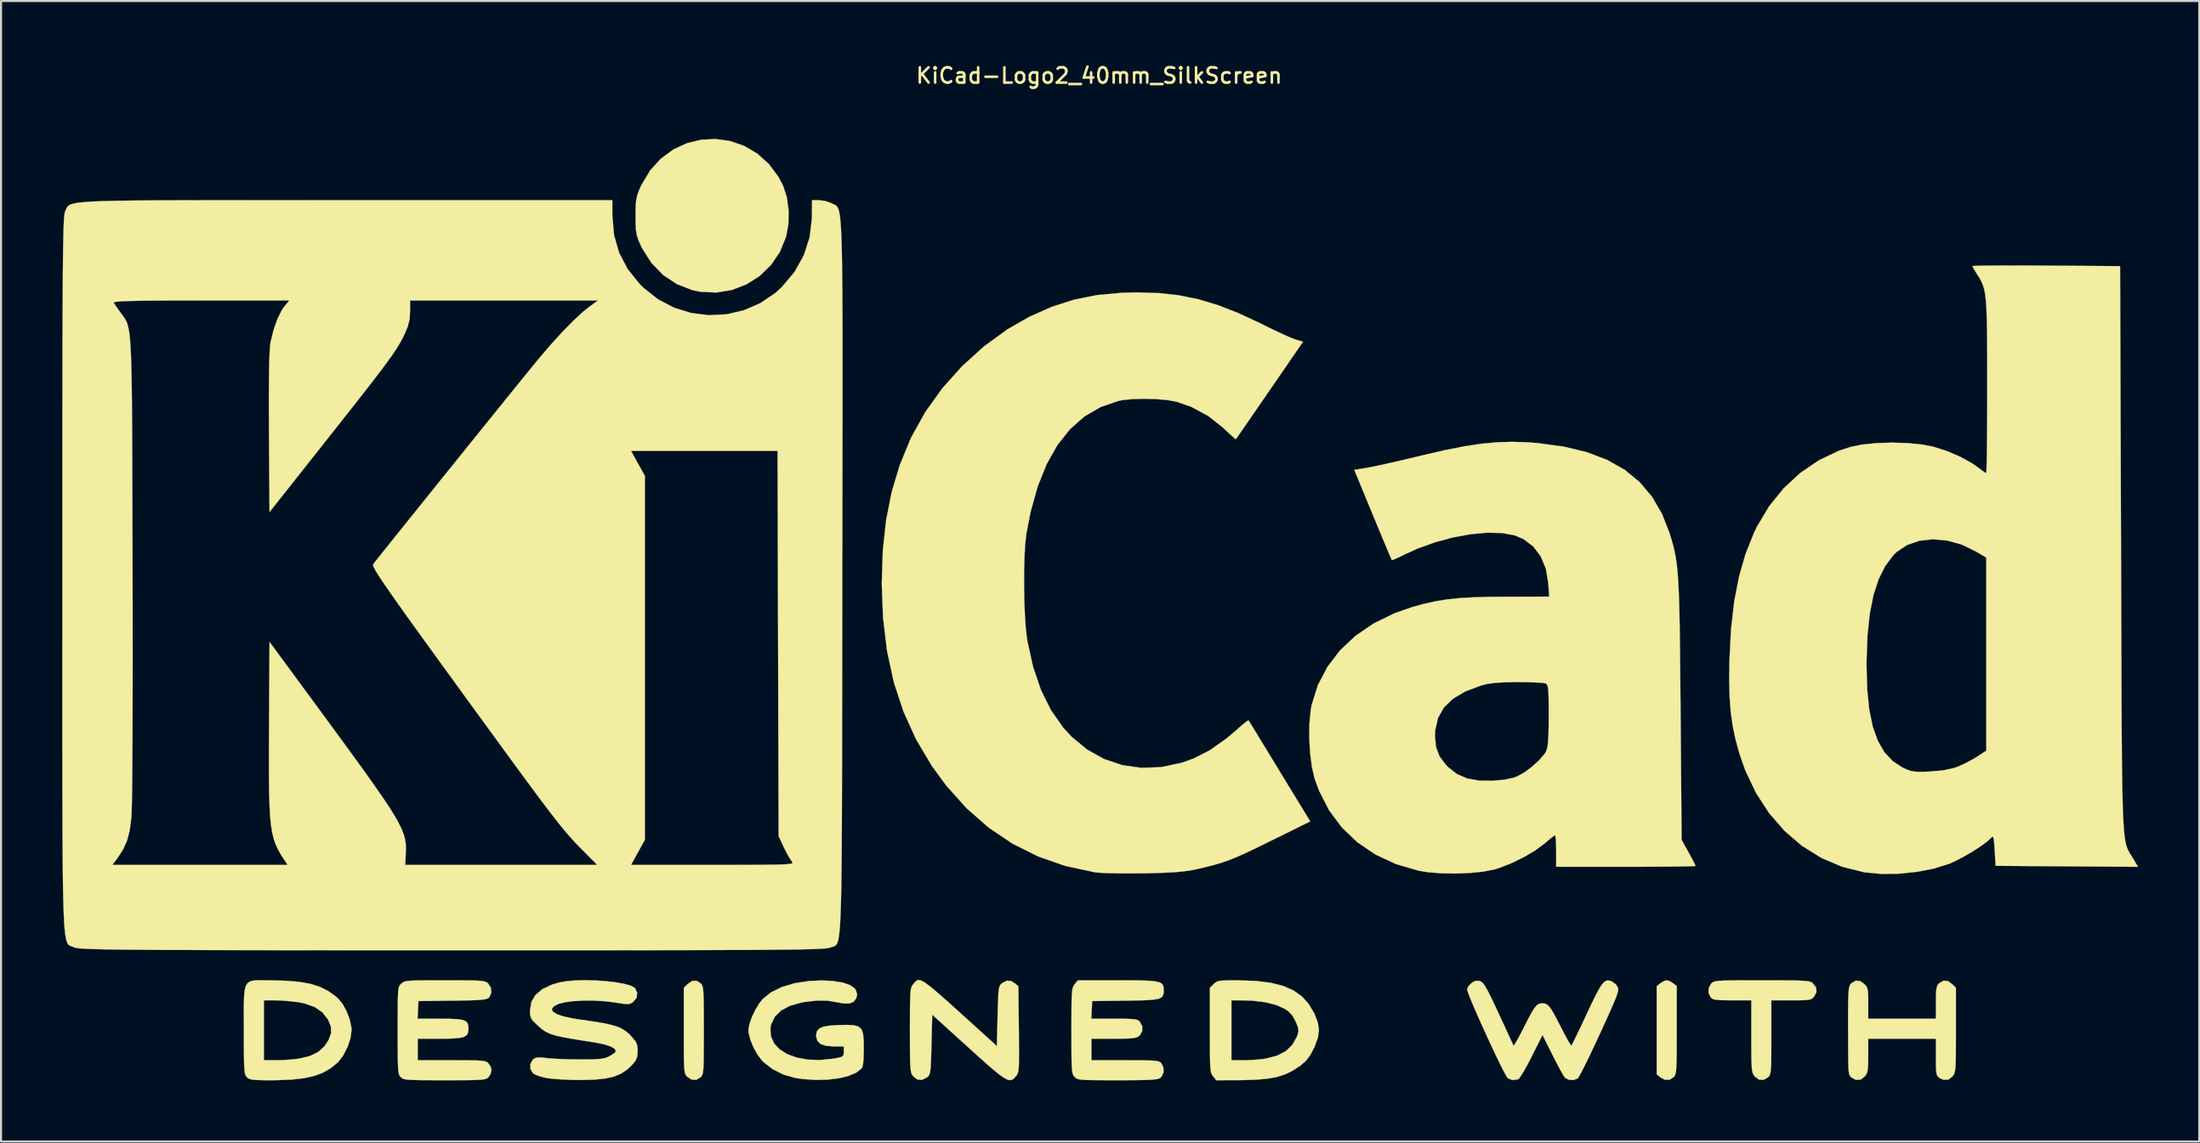
<source format=kicad_pcb>
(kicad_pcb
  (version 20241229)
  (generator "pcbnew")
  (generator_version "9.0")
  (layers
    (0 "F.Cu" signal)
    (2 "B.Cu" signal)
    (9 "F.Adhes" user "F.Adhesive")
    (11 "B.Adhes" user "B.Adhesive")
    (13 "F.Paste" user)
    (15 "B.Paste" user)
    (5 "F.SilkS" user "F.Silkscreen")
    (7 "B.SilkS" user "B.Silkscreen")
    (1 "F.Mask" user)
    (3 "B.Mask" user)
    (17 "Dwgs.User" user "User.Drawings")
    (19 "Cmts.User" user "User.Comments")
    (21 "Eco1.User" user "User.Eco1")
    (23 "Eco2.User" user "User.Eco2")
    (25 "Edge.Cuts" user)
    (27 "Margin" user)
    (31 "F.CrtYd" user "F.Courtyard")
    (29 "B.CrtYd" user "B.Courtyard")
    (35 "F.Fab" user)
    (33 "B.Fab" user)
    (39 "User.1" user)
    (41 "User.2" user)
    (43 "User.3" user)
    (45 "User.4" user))
  (footprint "KiCad-Logo2_40mm_SilkScreen"
    (layer "F.Cu")
    (at 50.806 23.518)
    (property "Reference" "KiCad-Logo2_40mm_SilkScreen" (at 0 -22.86 0) (layer "F.SilkS") (effects (font (size 0.75 0.75) (thickness 0.125))))
    (attr exclude_from_pos_files exclude_from_bom allow_missing_courtyard)
    (fp_poly (pts (xy 27.966 21.545) (xy 28.124 21.644) (xy 28.302 21.788) (xy 28.302 23.935) (xy 28.301 24.563) (xy 28.299 25.057) (xy 28.293 25.436) (xy 28.284 25.717) (xy 28.269 25.917) (xy 28.249 26.054) (xy 28.221 26.146) (xy 28.184 26.209) (xy 28.158 26.24) (xy 27.948 26.377) (xy 27.709 26.371) (xy 27.5 26.255) (xy 27.322 26.11) (xy 27.322 21.788) (xy 27.5 21.644) (xy 27.672 21.539) (xy 27.812 21.5) (xy 27.966 21.545)) (stroke (width 0.01) (type solid)) (fill yes) (layer "F.SilkS"))
    (fp_poly (pts (xy -19.521 21.65) (xy -19.477 21.701) (xy -19.443 21.766) (xy -19.417 21.863) (xy -19.398 22.01) (xy -19.385 22.225) (xy -19.377 22.523) (xy -19.372 22.924) (xy -19.371 23.444) (xy -19.37 23.949) (xy -19.371 24.576) (xy -19.373 25.069) (xy -19.378 25.447) (xy -19.387 25.726) (xy -19.401 25.924) (xy -19.421 26.059) (xy -19.449 26.148) (xy -19.486 26.209) (xy -19.521 26.248) (xy -19.741 26.379) (xy -19.976 26.368) (xy -20.186 26.224) (xy -20.235 26.168) (xy -20.272 26.103) (xy -20.301 26.012) (xy -20.321 25.875) (xy -20.335 25.675) (xy -20.344 25.395) (xy -20.348 25.016) (xy -20.35 24.521) (xy -20.35 23.96) (xy -20.35 21.87) (xy -20.165 21.685) (xy -19.937 21.529) (xy -19.716 21.523) (xy -19.521 21.65)) (stroke (width 0.01) (type solid)) (fill yes) (layer "F.SilkS"))
    (fp_poly (pts (xy -18.076 -19.651) (xy -17.392 -19.413) (xy -16.756 -19.04) (xy -16.187 -18.531) (xy -15.708 -17.886) (xy -15.493 -17.48) (xy -15.306 -16.911) (xy -15.216 -16.254) (xy -15.226 -15.579) (xy -15.337 -14.968) (xy -15.641 -14.22) (xy -16.081 -13.572) (xy -16.635 -13.035) (xy -17.282 -12.624) (xy -17.998 -12.349) (xy -18.761 -12.225) (xy -19.549 -12.263) (xy -19.938 -12.345) (xy -20.695 -12.64) (xy -21.367 -13.089) (xy -21.938 -13.679) (xy -22.393 -14.397) (xy -22.431 -14.475) (xy -22.564 -14.769) (xy -22.647 -15.017) (xy -22.693 -15.278) (xy -22.711 -15.613) (xy -22.714 -15.977) (xy -22.709 -16.415) (xy -22.686 -16.732) (xy -22.634 -16.987) (xy -22.541 -17.243) (xy -22.426 -17.496) (xy -21.998 -18.213) (xy -21.47 -18.793) (xy -20.864 -19.237) (xy -20.201 -19.545) (xy -19.501 -19.716) (xy -18.786 -19.751) (xy -18.076 -19.651)) (stroke (width 0.01) (type solid)) (fill yes) (layer "F.SilkS"))
    (fp_poly (pts (xy 33.136 21.5) (xy 33.662 21.503) (xy 34.07 21.508) (xy 34.376 21.517) (xy 34.599 21.53) (xy 34.753 21.549) (xy 34.856 21.574) (xy 34.924 21.607) (xy 34.957 21.631) (xy 35.128 21.849) (xy 35.149 22.074) (xy 35.043 22.279) (xy 34.974 22.361) (xy 34.9 22.417) (xy 34.792 22.452) (xy 34.622 22.47) (xy 34.363 22.478) (xy 33.986 22.479) (xy 33.911 22.479) (xy 32.937 22.479) (xy 32.937 24.288) (xy 32.936 24.858) (xy 32.934 25.297) (xy 32.927 25.624) (xy 32.915 25.857) (xy 32.896 26.017) (xy 32.869 26.123) (xy 32.833 26.194) (xy 32.786 26.248) (xy 32.566 26.38) (xy 32.337 26.37) (xy 32.129 26.219) (xy 32.113 26.2) (xy 32.064 26.129) (xy 32.026 26.046) (xy 31.998 25.931) (xy 31.979 25.764) (xy 31.967 25.524) (xy 31.96 25.192) (xy 31.958 24.747) (xy 31.957 24.24) (xy 31.957 22.479) (xy 31.027 22.479) (xy 30.628 22.477) (xy 30.351 22.466) (xy 30.17 22.444) (xy 30.056 22.407) (xy 29.981 22.351) (xy 29.972 22.342) (xy 29.862 22.12) (xy 29.872 21.869) (xy 29.998 21.65) (xy 30.046 21.608) (xy 30.109 21.574) (xy 30.202 21.548) (xy 30.343 21.529) (xy 30.548 21.516) (xy 30.834 21.507) (xy 31.217 21.502) (xy 31.714 21.5) (xy 32.343 21.5) (xy 32.477 21.5) (xy 33.136 21.5)) (stroke (width 0.01) (type solid)) (fill yes) (layer "F.SilkS"))
    (fp_poly (pts (xy 41.587 21.536) (xy 41.797 21.685) (xy 41.982 21.87) (xy 41.982 23.936) (xy 41.981 24.549) (xy 41.979 25.03) (xy 41.973 25.397) (xy 41.964 25.668) (xy 41.948 25.861) (xy 41.926 25.995) (xy 41.896 26.088) (xy 41.856 26.158) (xy 41.825 26.2) (xy 41.62 26.364) (xy 41.385 26.382) (xy 41.169 26.281) (xy 41.098 26.222) (xy 41.051 26.143) (xy 41.022 26.016) (xy 41.007 25.812) (xy 41.002 25.503) (xy 41.002 25.264) (xy 41.002 24.364) (xy 37.685 24.364) (xy 37.685 25.183) (xy 37.682 25.557) (xy 37.668 25.814) (xy 37.639 25.988) (xy 37.589 26.112) (xy 37.529 26.2) (xy 37.323 26.364) (xy 37.09 26.383) (xy 36.866 26.267) (xy 36.805 26.206) (xy 36.762 26.125) (xy 36.734 25.999) (xy 36.717 25.803) (xy 36.708 25.511) (xy 36.704 25.099) (xy 36.704 25.004) (xy 36.7 24.227) (xy 36.699 23.587) (xy 36.699 23.069) (xy 36.703 22.66) (xy 36.709 22.345) (xy 36.72 22.11) (xy 36.736 21.942) (xy 36.758 21.825) (xy 36.785 21.746) (xy 36.819 21.692) (xy 36.856 21.65) (xy 37.069 21.518) (xy 37.291 21.536) (xy 37.5 21.685) (xy 37.585 21.78) (xy 37.639 21.886) (xy 37.669 22.037) (xy 37.683 22.267) (xy 37.685 22.613) (xy 37.685 22.627) (xy 37.685 23.384) (xy 41.002 23.384) (xy 41.002 22.592) (xy 41.005 22.228) (xy 41.019 21.982) (xy 41.048 21.822) (xy 41.097 21.716) (xy 41.153 21.65) (xy 41.365 21.518) (xy 41.587 21.536)) (stroke (width 0.01) (type solid)) (fill yes) (layer "F.SilkS"))
    (fp_poly (pts (xy 6.799 21.501) (xy 7.66 21.53) (xy 8.392 21.618) (xy 9.008 21.771) (xy 9.519 21.994) (xy 9.938 22.291) (xy 10.277 22.669) (xy 10.547 23.133) (xy 10.552 23.144) (xy 10.713 23.559) (xy 10.771 23.926) (xy 10.724 24.296) (xy 10.573 24.718) (xy 10.545 24.782) (xy 10.35 25.158) (xy 10.131 25.448) (xy 9.848 25.695) (xy 9.462 25.94) (xy 9.44 25.953) (xy 9.104 26.114) (xy 8.724 26.235) (xy 8.276 26.319) (xy 7.735 26.37) (xy 7.078 26.393) (xy 6.845 26.395) (xy 5.739 26.399) (xy 5.583 26.2) (xy 5.537 26.135) (xy 5.5 26.059) (xy 5.473 25.953) (xy 5.454 25.8) (xy 5.441 25.581) (xy 5.436 25.419) (xy 6.482 25.419) (xy 7.109 25.419) (xy 7.476 25.408) (xy 7.852 25.38) (xy 8.161 25.34) (xy 8.18 25.337) (xy 8.729 25.189) (xy 9.154 24.968) (xy 9.47 24.663) (xy 9.69 24.263) (xy 9.728 24.157) (xy 9.766 23.992) (xy 9.75 23.829) (xy 9.671 23.612) (xy 9.623 23.505) (xy 9.467 23.222) (xy 9.28 23.023) (xy 9.073 22.885) (xy 8.659 22.704) (xy 8.13 22.574) (xy 7.513 22.499) (xy 7.066 22.482) (xy 6.482 22.479) (xy 6.482 25.419) (xy 5.436 25.419) (xy 5.433 25.278) (xy 5.428 24.873) (xy 5.427 24.347) (xy 5.427 23.936) (xy 5.427 21.87) (xy 5.612 21.685) (xy 5.694 21.61) (xy 5.783 21.558) (xy 5.907 21.526) (xy 6.094 21.509) (xy 6.374 21.502) (xy 6.775 21.501) (xy 6.799 21.501)) (stroke (width 0.01) (type solid)) (fill yes) (layer "F.SilkS"))
    (fp_poly (pts (xy -40.87 21.5) (xy -40.606 21.502) (xy -39.834 21.521) (xy -39.187 21.576) (xy -38.643 21.674) (xy -38.181 21.821) (xy -37.779 22.022) (xy -37.413 22.284) (xy -37.283 22.397) (xy -37.067 22.663) (xy -36.871 23.024) (xy -36.721 23.424) (xy -36.639 23.807) (xy -36.63 23.949) (xy -36.684 24.342) (xy -36.827 24.771) (xy -37.035 25.177) (xy -37.281 25.501) (xy -37.321 25.54) (xy -37.66 25.814) (xy -38.031 26.029) (xy -38.455 26.188) (xy -38.954 26.299) (xy -39.55 26.367) (xy -40.264 26.396) (xy -40.59 26.399) (xy -41.006 26.397) (xy -41.298 26.388) (xy -41.494 26.37) (xy -41.622 26.338) (xy -41.709 26.29) (xy -41.755 26.248) (xy -41.799 26.197) (xy -41.834 26.132) (xy -41.86 26.035) (xy -41.879 25.888) (xy -41.892 25.674) (xy -41.9 25.375) (xy -41.904 24.974) (xy -41.906 24.454) (xy -41.906 23.949) (xy -41.908 23.275) (xy -41.908 22.737) (xy -41.901 22.479) (xy -40.926 22.479) (xy -40.926 25.419) (xy -40.305 25.418) (xy -39.93 25.408) (xy -39.539 25.38) (xy -39.212 25.341) (xy -39.202 25.34) (xy -38.673 25.212) (xy -38.263 25.013) (xy -37.952 24.73) (xy -37.753 24.423) (xy -37.631 24.083) (xy -37.641 23.764) (xy -37.783 23.422) (xy -38.06 23.067) (xy -38.444 22.805) (xy -38.943 22.63) (xy -39.276 22.568) (xy -39.655 22.524) (xy -40.056 22.492) (xy -40.397 22.479) (xy -40.418 22.479) (xy -40.926 22.479) (xy -41.901 22.479) (xy -41.897 22.319) (xy -41.869 22.007) (xy -41.814 21.785) (xy -41.726 21.638) (xy -41.595 21.551) (xy -41.414 21.509) (xy -41.175 21.497) (xy -40.87 21.5)) (stroke (width 0.01) (type solid)) (fill yes) (layer "F.SilkS"))
    (fp_poly (pts (xy -8.68 21.529) (xy -8.523 21.621) (xy -8.317 21.772) (xy -8.052 21.989) (xy -7.718 22.278) (xy -7.303 22.648) (xy -6.797 23.104) (xy -6.218 23.629) (xy -5.012 24.723) (xy -4.974 23.255) (xy -4.961 22.75) (xy -4.948 22.374) (xy -4.932 22.105) (xy -4.911 21.921) (xy -4.882 21.802) (xy -4.842 21.724) (xy -4.788 21.667) (xy -4.759 21.643) (xy -4.528 21.517) (xy -4.309 21.535) (xy -4.135 21.644) (xy -3.957 21.788) (xy -3.935 23.89) (xy -3.929 24.509) (xy -3.926 24.995) (xy -3.927 25.366) (xy -3.933 25.641) (xy -3.945 25.838) (xy -3.965 25.974) (xy -3.993 26.069) (xy -4.031 26.139) (xy -4.072 26.196) (xy -4.162 26.301) (xy -4.252 26.371) (xy -4.354 26.397) (xy -4.48 26.374) (xy -4.643 26.292) (xy -4.856 26.145) (xy -5.13 25.925) (xy -5.478 25.625) (xy -5.914 25.237) (xy -6.407 24.791) (xy -8.178 23.185) (xy -8.215 24.648) (xy -8.229 25.152) (xy -8.242 25.527) (xy -8.258 25.796) (xy -8.279 25.978) (xy -8.308 26.097) (xy -8.349 26.175) (xy -8.403 26.232) (xy -8.431 26.255) (xy -8.678 26.382) (xy -8.911 26.363) (xy -9.114 26.2) (xy -9.161 26.135) (xy -9.197 26.058) (xy -9.224 25.952) (xy -9.244 25.799) (xy -9.257 25.579) (xy -9.265 25.275) (xy -9.269 24.868) (xy -9.27 24.34) (xy -9.271 23.949) (xy -9.27 23.338) (xy -9.268 22.859) (xy -9.262 22.494) (xy -9.253 22.225) (xy -9.237 22.033) (xy -9.215 21.9) (xy -9.184 21.808) (xy -9.144 21.738) (xy -9.114 21.698) (xy -9.039 21.604) (xy -8.969 21.533) (xy -8.892 21.492) (xy -8.8 21.488) (xy -8.68 21.529)) (stroke (width 0.01) (type solid)) (fill yes) (layer "F.SilkS"))
    (fp_poly (pts (xy -13.02 21.536) (xy -12.562 21.613) (xy -12.211 21.733) (xy -11.982 21.89) (xy -11.92 21.979) (xy -11.857 22.188) (xy -11.899 22.376) (xy -12.034 22.555) (xy -12.243 22.639) (xy -12.546 22.632) (xy -12.781 22.587) (xy -13.302 22.5) (xy -13.835 22.492) (xy -14.432 22.562) (xy -14.596 22.592) (xy -15.151 22.748) (xy -15.585 22.981) (xy -15.893 23.286) (xy -16.071 23.659) (xy -16.108 23.852) (xy -16.084 24.243) (xy -15.928 24.59) (xy -15.655 24.884) (xy -15.279 25.12) (xy -14.814 25.29) (xy -14.273 25.389) (xy -13.673 25.408) (xy -13.025 25.342) (xy -12.989 25.336) (xy -12.731 25.288) (xy -12.589 25.241) (xy -12.527 25.173) (xy -12.512 25.058) (xy -12.512 24.997) (xy -12.512 24.741) (xy -12.969 24.741) (xy -13.372 24.713) (xy -13.648 24.625) (xy -13.808 24.468) (xy -13.866 24.236) (xy -13.867 24.206) (xy -13.833 24.007) (xy -13.717 23.865) (xy -13.5 23.772) (xy -13.164 23.717) (xy -12.84 23.697) (xy -12.368 23.685) (xy -12.026 23.703) (xy -11.792 23.768) (xy -11.647 23.898) (xy -11.569 24.113) (xy -11.537 24.429) (xy -11.532 24.845) (xy -11.541 25.308) (xy -11.569 25.624) (xy -11.617 25.792) (xy -11.626 25.805) (xy -11.886 26.016) (xy -12.267 26.183) (xy -12.745 26.302) (xy -13.295 26.37) (xy -13.895 26.384) (xy -14.519 26.34) (xy -14.886 26.286) (xy -15.461 26.123) (xy -15.996 25.857) (xy -16.444 25.511) (xy -16.512 25.442) (xy -16.733 25.151) (xy -16.933 24.791) (xy -17.088 24.414) (xy -17.174 24.071) (xy -17.185 23.94) (xy -17.14 23.665) (xy -17.022 23.323) (xy -16.854 22.964) (xy -16.657 22.635) (xy -16.483 22.416) (xy -16.076 22.09) (xy -15.549 21.83) (xy -14.923 21.643) (xy -14.215 21.534) (xy -13.567 21.507) (xy -13.02 21.536)) (stroke (width 0.01) (type solid)) (fill yes) (layer "F.SilkS"))
    (fp_poly (pts (xy 1.538 21.501) (xy 2.048 21.507) (xy 2.438 21.521) (xy 2.726 21.547) (xy 2.926 21.588) (xy 3.054 21.647) (xy 3.126 21.727) (xy 3.158 21.833) (xy 3.166 21.966) (xy 3.166 21.982) (xy 3.159 22.133) (xy 3.127 22.25) (xy 3.053 22.338) (xy 2.92 22.4) (xy 2.71 22.442) (xy 2.405 22.469) (xy 1.989 22.485) (xy 1.444 22.494) (xy 1.277 22.497) (xy -0.339 22.517) (xy -0.362 22.95) (xy -0.384 23.384) (xy 0.738 23.384) (xy 1.177 23.385) (xy 1.49 23.392) (xy 1.703 23.407) (xy 1.841 23.434) (xy 1.93 23.474) (xy 1.995 23.532) (xy 1.995 23.532) (xy 2.112 23.757) (xy 2.108 23.999) (xy 1.985 24.206) (xy 1.961 24.227) (xy 1.874 24.282) (xy 1.756 24.32) (xy 1.579 24.344) (xy 1.318 24.358) (xy 0.946 24.363) (xy 0.708 24.364) (xy -0.377 24.364) (xy -0.377 25.419) (xy 1.27 25.419) (xy 1.813 25.42) (xy 2.226 25.424) (xy 2.528 25.432) (xy 2.739 25.446) (xy 2.879 25.468) (xy 2.968 25.5) (xy 3.026 25.541) (xy 3.041 25.557) (xy 3.149 25.767) (xy 3.157 26.007) (xy 3.068 26.215) (xy 2.998 26.281) (xy 2.925 26.318) (xy 2.812 26.346) (xy 2.641 26.368) (xy 2.395 26.382) (xy 2.055 26.392) (xy 1.603 26.397) (xy 1.022 26.399) (xy 0.891 26.399) (xy 0.3 26.398) (xy -0.159 26.396) (xy -0.504 26.391) (xy -0.753 26.381) (xy -0.927 26.365) (xy -1.042 26.341) (xy -1.118 26.308) (xy -1.173 26.265) (xy -1.203 26.234) (xy -1.248 26.179) (xy -1.284 26.11) (xy -1.311 26.011) (xy -1.33 25.863) (xy -1.343 25.648) (xy -1.351 25.348) (xy -1.355 24.946) (xy -1.356 24.423) (xy -1.357 23.983) (xy -1.356 23.366) (xy -1.354 22.882) (xy -1.349 22.512) (xy -1.339 22.239) (xy -1.324 22.043) (xy -1.302 21.907) (xy -1.273 21.813) (xy -1.234 21.743) (xy -1.2 21.698) (xy -1.044 21.5) (xy 0.893 21.5) (xy 1.538 21.501)) (stroke (width 0.01) (type solid)) (fill yes) (layer "F.SilkS"))
    (fp_poly (pts (xy -31.465 21.5) (xy -31.002 21.503) (xy -30.652 21.508) (xy -30.397 21.519) (xy -30.219 21.535) (xy -30.099 21.559) (xy -30.018 21.591) (xy -29.958 21.634) (xy -29.936 21.653) (xy -29.804 21.861) (xy -29.781 22.099) (xy -29.868 22.31) (xy -29.908 22.353) (xy -29.973 22.395) (xy -30.077 22.427) (xy -30.241 22.451) (xy -30.483 22.468) (xy -30.823 22.481) (xy -31.28 22.491) (xy -31.698 22.497) (xy -33.352 22.517) (xy -33.374 22.95) (xy -33.397 23.384) (xy -32.274 23.384) (xy -31.787 23.388) (xy -31.43 23.406) (xy -31.184 23.444) (xy -31.028 23.511) (xy -30.942 23.613) (xy -30.907 23.759) (xy -30.902 23.894) (xy -30.919 24.06) (xy -30.981 24.182) (xy -31.109 24.267) (xy -31.321 24.322) (xy -31.636 24.351) (xy -32.074 24.363) (xy -32.313 24.364) (xy -33.389 24.364) (xy -33.389 25.419) (xy -31.731 25.419) (xy -31.188 25.42) (xy -30.775 25.423) (xy -30.472 25.431) (xy -30.259 25.444) (xy -30.115 25.466) (xy -30.021 25.497) (xy -29.955 25.539) (xy -29.922 25.57) (xy -29.808 25.749) (xy -29.772 25.909) (xy -29.824 26.104) (xy -29.922 26.248) (xy -29.975 26.293) (xy -30.042 26.329) (xy -30.144 26.355) (xy -30.296 26.374) (xy -30.519 26.386) (xy -30.83 26.394) (xy -31.247 26.397) (xy -31.789 26.399) (xy -32.07 26.399) (xy -32.672 26.398) (xy -33.142 26.396) (xy -33.497 26.39) (xy -33.756 26.38) (xy -33.938 26.364) (xy -34.059 26.341) (xy -34.139 26.31) (xy -34.196 26.269) (xy -34.218 26.248) (xy -34.262 26.197) (xy -34.297 26.132) (xy -34.323 26.034) (xy -34.342 25.887) (xy -34.355 25.672) (xy -34.363 25.372) (xy -34.367 24.97) (xy -34.369 24.448) (xy -34.369 23.962) (xy -34.369 23.34) (xy -34.367 22.851) (xy -34.363 22.477) (xy -34.355 22.201) (xy -34.341 22.006) (xy -34.321 21.873) (xy -34.293 21.785) (xy -34.255 21.725) (xy -34.207 21.675) (xy -34.195 21.663) (xy -34.137 21.614) (xy -34.07 21.575) (xy -33.974 21.547) (xy -33.833 21.526) (xy -33.626 21.513) (xy -33.335 21.505) (xy -32.941 21.501) (xy -32.426 21.5) (xy -32.061 21.5) (xy -31.465 21.5)) (stroke (width 0.01) (type solid)) (fill yes) (layer "F.SilkS"))
    (fp_poly (pts (xy 25.001 21.513) (xy 25.132 21.559) (xy 25.137 21.562) (xy 25.315 21.697) (xy 25.413 21.837) (xy 25.432 21.902) (xy 25.431 21.989) (xy 25.404 22.113) (xy 25.345 22.289) (xy 25.249 22.532) (xy 25.108 22.859) (xy 24.918 23.284) (xy 24.673 23.823) (xy 24.538 24.118) (xy 24.293 24.644) (xy 24.064 25.127) (xy 23.859 25.551) (xy 23.686 25.897) (xy 23.554 26.148) (xy 23.472 26.285) (xy 23.456 26.304) (xy 23.249 26.388) (xy 23.015 26.377) (xy 22.827 26.275) (xy 22.82 26.267) (xy 22.745 26.154) (xy 22.62 25.933) (xy 22.459 25.634) (xy 22.279 25.285) (xy 22.214 25.156) (xy 21.726 24.177) (xy 21.193 25.241) (xy 21.003 25.608) (xy 20.827 25.927) (xy 20.678 26.172) (xy 20.573 26.32) (xy 20.537 26.351) (xy 20.258 26.394) (xy 20.029 26.304) (xy 19.961 26.209) (xy 19.844 25.997) (xy 19.687 25.689) (xy 19.5 25.307) (xy 19.293 24.87) (xy 19.074 24.4) (xy 18.853 23.918) (xy 18.64 23.444) (xy 18.445 23) (xy 18.276 22.606) (xy 18.144 22.283) (xy 18.059 22.053) (xy 18.028 21.935) (xy 18.029 21.931) (xy 18.102 21.782) (xy 18.25 21.631) (xy 18.258 21.624) (xy 18.44 21.522) (xy 18.607 21.523) (xy 18.67 21.542) (xy 18.747 21.584) (xy 18.828 21.666) (xy 18.924 21.806) (xy 19.044 22.02) (xy 19.198 22.325) (xy 19.396 22.739) (xy 19.574 23.121) (xy 19.779 23.564) (xy 19.963 23.962) (xy 20.116 24.295) (xy 20.229 24.541) (xy 20.291 24.681) (xy 20.3 24.703) (xy 20.341 24.667) (xy 20.436 24.518) (xy 20.571 24.276) (xy 20.734 23.965) (xy 20.799 23.836) (xy 21.019 23.402) (xy 21.189 23.086) (xy 21.322 22.869) (xy 21.433 22.734) (xy 21.535 22.661) (xy 21.643 22.633) (xy 21.713 22.63) (xy 21.837 22.641) (xy 21.945 22.686) (xy 22.053 22.785) (xy 22.175 22.955) (xy 22.325 23.215) (xy 22.518 23.585) (xy 22.625 23.795) (xy 22.798 24.13) (xy 22.948 24.408) (xy 23.064 24.605) (xy 23.131 24.698) (xy 23.14 24.702) (xy 23.183 24.629) (xy 23.279 24.439) (xy 23.419 24.151) (xy 23.594 23.787) (xy 23.792 23.365) (xy 23.89 23.155) (xy 24.144 22.615) (xy 24.349 22.199) (xy 24.515 21.893) (xy 24.652 21.686) (xy 24.772 21.562) (xy 24.885 21.509) (xy 25.001 21.513)) (stroke (width 0.01) (type solid)) (fill yes) (layer "F.SilkS"))
    (fp_poly (pts (xy -24.648 21.508) (xy -24.148 21.543) (xy -23.684 21.598) (xy -23.281 21.67) (xy -22.967 21.757) (xy -22.77 21.858) (xy -22.739 21.888) (xy -22.634 22.119) (xy -22.666 22.356) (xy -22.83 22.559) (xy -22.837 22.565) (xy -22.934 22.627) (xy -23.034 22.66) (xy -23.174 22.664) (xy -23.39 22.64) (xy -23.716 22.588) (xy -23.742 22.584) (xy -24.227 22.524) (xy -24.751 22.495) (xy -25.277 22.495) (xy -25.767 22.522) (xy -26.186 22.577) (xy -26.495 22.658) (xy -26.515 22.666) (xy -26.74 22.792) (xy -26.819 22.919) (xy -26.757 23.044) (xy -26.56 23.164) (xy -26.232 23.274) (xy -25.778 23.371) (xy -25.475 23.418) (xy -24.847 23.508) (xy -24.346 23.59) (xy -23.954 23.672) (xy -23.647 23.76) (xy -23.405 23.862) (xy -23.207 23.985) (xy -23.03 24.135) (xy -22.889 24.283) (xy -22.721 24.489) (xy -22.638 24.666) (xy -22.612 24.884) (xy -22.611 24.964) (xy -22.631 25.229) (xy -22.708 25.427) (xy -22.843 25.602) (xy -23.116 25.869) (xy -23.42 26.074) (xy -23.779 26.221) (xy -24.214 26.318) (xy -24.748 26.371) (xy -25.405 26.388) (xy -25.513 26.388) (xy -25.951 26.378) (xy -26.385 26.358) (xy -26.768 26.329) (xy -27.053 26.294) (xy -27.076 26.29) (xy -27.359 26.223) (xy -27.599 26.138) (xy -27.735 26.06) (xy -27.862 25.856) (xy -27.871 25.618) (xy -27.762 25.406) (xy -27.737 25.382) (xy -27.636 25.311) (xy -27.51 25.28) (xy -27.315 25.285) (xy -27.078 25.312) (xy -26.813 25.337) (xy -26.441 25.357) (xy -26.008 25.372) (xy -25.556 25.379) (xy -25.438 25.38) (xy -24.985 25.378) (xy -24.653 25.369) (xy -24.414 25.35) (xy -24.237 25.318) (xy -24.095 25.27) (xy -24.01 25.23) (xy -23.822 25.119) (xy -23.702 25.019) (xy -23.685 24.99) (xy -23.722 24.873) (xy -23.897 24.759) (xy -24.199 24.654) (xy -24.615 24.563) (xy -24.738 24.542) (xy -25.378 24.442) (xy -25.889 24.358) (xy -26.291 24.284) (xy -26.602 24.215) (xy -26.844 24.143) (xy -27.035 24.064) (xy -27.196 23.971) (xy -27.345 23.858) (xy -27.503 23.718) (xy -27.557 23.669) (xy -27.743 23.487) (xy -27.842 23.342) (xy -27.881 23.176) (xy -27.887 22.968) (xy -27.818 22.559) (xy -27.613 22.211) (xy -27.271 21.926) (xy -26.795 21.705) (xy -26.455 21.606) (xy -26.086 21.542) (xy -25.644 21.505) (xy -25.155 21.495) (xy -24.648 21.508)) (stroke (width 0.01) (type solid)) (fill yes) (layer "F.SilkS"))
    (fp_poly (pts (xy 2.917 -12.197) (xy 3.899 -12.09) (xy 4.85 -11.898) (xy 5.809 -11.61) (xy 6.815 -11.218) (xy 7.907 -10.711) (xy 8.103 -10.613) (xy 8.554 -10.39) (xy 8.98 -10.19) (xy 9.338 -10.031) (xy 9.586 -9.933) (xy 9.624 -9.92) (xy 9.989 -9.811) (xy 8.354 -7.432) (xy 7.954 -6.85) (xy 7.588 -6.319) (xy 7.27 -5.856) (xy 7.01 -5.479) (xy 6.822 -5.207) (xy 6.718 -5.057) (xy 6.701 -5.033) (xy 6.632 -5.083) (xy 6.463 -5.232) (xy 6.223 -5.454) (xy 6.091 -5.58) (xy 5.343 -6.175) (xy 4.502 -6.627) (xy 3.778 -6.875) (xy 3.343 -6.953) (xy 2.799 -7) (xy 2.209 -7.016) (xy 1.638 -7) (xy 1.148 -6.951) (xy 0.953 -6.914) (xy 0.074 -6.611) (xy -0.719 -6.149) (xy -1.424 -5.528) (xy -2.041 -4.75) (xy -2.569 -3.815) (xy -3.008 -2.723) (xy -3.356 -1.477) (xy -3.564 -0.41) (xy -3.618 0.061) (xy -3.655 0.67) (xy -3.675 1.372) (xy -3.678 2.125) (xy -3.666 2.883) (xy -3.637 3.605) (xy -3.593 4.245) (xy -3.534 4.76) (xy -3.521 4.839) (xy -3.239 6.12) (xy -2.855 7.253) (xy -2.366 8.244) (xy -1.771 9.098) (xy -1.348 9.559) (xy -0.588 10.186) (xy 0.245 10.651) (xy 1.138 10.951) (xy 2.076 11.083) (xy 3.045 11.046) (xy 4.031 10.837) (xy 4.614 10.632) (xy 5.422 10.221) (xy 6.253 9.633) (xy 6.719 9.235) (xy 6.981 9.004) (xy 7.187 8.835) (xy 7.304 8.754) (xy 7.318 8.751) (xy 7.37 8.835) (xy 7.506 9.054) (xy 7.713 9.392) (xy 7.979 9.829) (xy 8.295 10.346) (xy 8.647 10.924) (xy 8.843 11.246) (xy 10.342 13.707) (xy 8.471 14.632) (xy 7.795 14.964) (xy 7.247 15.226) (xy 6.794 15.43) (xy 6.402 15.591) (xy 6.039 15.72) (xy 5.67 15.831) (xy 5.262 15.937) (xy 4.871 16.03) (xy 4.523 16.102) (xy 4.159 16.156) (xy 3.744 16.196) (xy 3.239 16.224) (xy 2.609 16.244) (xy 2.185 16.252) (xy 1.579 16.258) (xy 0.999 16.255) (xy 0.481 16.245) (xy 0.066 16.227) (xy -0.209 16.202) (xy -0.226 16.2) (xy -1.656 15.891) (xy -2.999 15.421) (xy -4.254 14.793) (xy -5.421 14.005) (xy -6.499 13.058) (xy -7.489 11.953) (xy -8.206 10.97) (xy -8.969 9.684) (xy -9.585 8.326) (xy -10.059 6.885) (xy -10.392 5.35) (xy -10.588 3.711) (xy -10.65 2.046) (xy -10.599 0.435) (xy -10.439 -1.051) (xy -10.166 -2.437) (xy -9.774 -3.749) (xy -9.257 -5.012) (xy -9.196 -5.142) (xy -8.516 -6.365) (xy -7.682 -7.529) (xy -6.716 -8.609) (xy -5.643 -9.582) (xy -4.485 -10.424) (xy -3.407 -11.041) (xy -2.317 -11.524) (xy -1.225 -11.875) (xy -0.089 -12.101) (xy 1.135 -12.213) (xy 1.866 -12.23) (xy 2.917 -12.197)) (stroke (width 0.01) (type solid)) (fill yes) (layer "F.SilkS"))
    (fp_poly (pts (xy 45.37 -13.548) (xy 46.144 -13.545) (xy 46.407 -13.543) (xy 50.026 -13.519) (xy 50.072 0.364) (xy 50.078 2.247) (xy 50.083 3.956) (xy 50.088 5.501) (xy 50.093 6.891) (xy 50.098 8.133) (xy 50.104 9.238) (xy 50.111 10.214) (xy 50.12 11.07) (xy 50.13 11.814) (xy 50.142 12.456) (xy 50.157 13.005) (xy 50.174 13.468) (xy 50.195 13.855) (xy 50.219 14.176) (xy 50.246 14.438) (xy 50.278 14.651) (xy 50.314 14.823) (xy 50.355 14.963) (xy 50.401 15.08) (xy 50.453 15.184) (xy 50.511 15.282) (xy 50.574 15.384) (xy 50.644 15.498) (xy 50.659 15.522) (xy 50.9 15.934) (xy 43.927 15.886) (xy 43.881 15.12) (xy 43.856 14.753) (xy 43.83 14.54) (xy 43.795 14.456) (xy 43.743 14.473) (xy 43.699 14.522) (xy 43.507 14.699) (xy 43.195 14.926) (xy 42.806 15.177) (xy 42.384 15.424) (xy 41.974 15.64) (xy 41.659 15.782) (xy 40.921 16.015) (xy 40.074 16.181) (xy 39.181 16.272) (xy 38.304 16.282) (xy 37.506 16.205) (xy 37.493 16.203) (xy 36.401 15.929) (xy 35.379 15.492) (xy 34.436 14.903) (xy 33.583 14.169) (xy 32.829 13.301) (xy 32.185 12.308) (xy 31.659 11.2) (xy 31.373 10.378) (xy 31.185 9.691) (xy 31.045 9.026) (xy 30.949 8.342) (xy 30.894 7.599) (xy 30.875 6.757) (xy 30.883 6.069) (xy 37.601 6.069) (xy 37.633 7.222) (xy 37.733 8.215) (xy 37.905 9.055) (xy 38.152 9.752) (xy 38.476 10.314) (xy 38.881 10.75) (xy 39.348 11.058) (xy 39.592 11.173) (xy 39.803 11.242) (xy 40.038 11.274) (xy 40.354 11.276) (xy 40.695 11.264) (xy 41.364 11.205) (xy 41.894 11.089) (xy 42.06 11.031) (xy 42.44 10.86) (xy 42.841 10.645) (xy 43.016 10.538) (xy 43.471 10.239) (xy 43.471 0.776) (xy 42.971 0.476) (xy 42.272 0.136) (xy 41.559 -0.064) (xy 40.856 -0.127) (xy 40.191 -0.054) (xy 39.589 0.154) (xy 39.075 0.496) (xy 38.91 0.66) (xy 38.511 1.197) (xy 38.188 1.848) (xy 37.938 2.623) (xy 37.759 3.534) (xy 37.648 4.591) (xy 37.603 5.807) (xy 37.601 6.069) (xy 30.883 6.069) (xy 30.887 5.783) (xy 30.964 4.284) (xy 31.118 2.932) (xy 31.354 1.708) (xy 31.676 0.59) (xy 32.087 -0.439) (xy 32.234 -0.744) (xy 32.825 -1.739) (xy 33.54 -2.623) (xy 34.361 -3.383) (xy 35.272 -4.002) (xy 36.255 -4.469) (xy 36.845 -4.661) (xy 37.424 -4.775) (xy 38.121 -4.843) (xy 38.877 -4.865) (xy 39.634 -4.84) (xy 40.333 -4.77) (xy 40.895 -4.659) (xy 41.563 -4.442) (xy 42.211 -4.162) (xy 42.777 -3.849) (xy 43.079 -3.636) (xy 43.287 -3.478) (xy 43.433 -3.382) (xy 43.466 -3.368) (xy 43.476 -3.457) (xy 43.486 -3.709) (xy 43.495 -4.108) (xy 43.502 -4.635) (xy 43.508 -5.273) (xy 43.513 -6.005) (xy 43.516 -6.811) (xy 43.517 -7.633) (xy 43.516 -8.685) (xy 43.514 -9.572) (xy 43.507 -10.311) (xy 43.496 -10.919) (xy 43.478 -11.413) (xy 43.452 -11.809) (xy 43.416 -12.125) (xy 43.369 -12.378) (xy 43.308 -12.584) (xy 43.234 -12.762) (xy 43.144 -12.926) (xy 43.036 -13.096) (xy 43.022 -13.117) (xy 42.884 -13.336) (xy 42.8 -13.487) (xy 42.789 -13.518) (xy 42.876 -13.528) (xy 43.127 -13.537) (xy 43.521 -13.543) (xy 44.039 -13.547) (xy 44.662 -13.549) (xy 45.37 -13.548)) (stroke (width 0.01) (type solid)) (fill yes) (layer "F.SilkS"))
    (fp_poly (pts (xy 21.003 -4.879) (xy 21.454 -4.845) (xy 22.745 -4.673) (xy 23.888 -4.399) (xy 24.889 -4.019) (xy 25.753 -3.53) (xy 26.486 -2.927) (xy 27.094 -2.207) (xy 27.583 -1.365) (xy 27.939 -0.455) (xy 28.03 -0.165) (xy 28.109 0.107) (xy 28.177 0.375) (xy 28.235 0.654) (xy 28.284 0.958) (xy 28.325 1.303) (xy 28.36 1.702) (xy 28.388 2.171) (xy 28.411 2.723) (xy 28.43 3.374) (xy 28.445 4.139) (xy 28.458 5.031) (xy 28.469 6.066) (xy 28.48 7.259) (xy 28.488 8.194) (xy 28.541 14.612) (xy 28.882 15.229) (xy 29.044 15.527) (xy 29.164 15.758) (xy 29.222 15.881) (xy 29.224 15.89) (xy 29.136 15.899) (xy 28.886 15.908) (xy 28.494 15.916) (xy 27.979 15.922) (xy 27.362 15.927) (xy 26.663 15.931) (xy 25.901 15.932) (xy 25.81 15.932) (xy 22.396 15.932) (xy 22.396 15.158) (xy 22.39 14.808) (xy 22.374 14.541) (xy 22.352 14.398) (xy 22.342 14.384) (xy 22.252 14.44) (xy 22.066 14.586) (xy 21.824 14.791) (xy 21.819 14.795) (xy 21.378 15.124) (xy 20.82 15.454) (xy 20.21 15.752) (xy 19.61 15.988) (xy 19.346 16.068) (xy 18.82 16.17) (xy 18.175 16.235) (xy 17.469 16.263) (xy 16.762 16.251) (xy 16.113 16.2) (xy 15.659 16.126) (xy 14.545 15.799) (xy 13.542 15.333) (xy 12.657 14.733) (xy 11.896 14.006) (xy 11.265 13.158) (xy 10.772 12.193) (xy 10.559 11.608) (xy 10.426 11.039) (xy 10.338 10.356) (xy 10.297 9.622) (xy 10.298 9.515) (xy 16.455 9.515) (xy 16.506 10.06) (xy 16.676 10.513) (xy 16.991 10.934) (xy 17.111 11.057) (xy 17.54 11.391) (xy 18.036 11.604) (xy 18.63 11.708) (xy 19.256 11.715) (xy 19.849 11.665) (xy 20.304 11.567) (xy 20.501 11.493) (xy 20.857 11.292) (xy 21.233 11.009) (xy 21.577 10.691) (xy 21.834 10.386) (xy 21.902 10.274) (xy 21.955 10.117) (xy 21.993 9.868) (xy 22.017 9.502) (xy 22.029 8.996) (xy 22.032 8.514) (xy 22.03 7.952) (xy 22.023 7.546) (xy 22.008 7.269) (xy 21.983 7.094) (xy 21.944 6.996) (xy 21.889 6.947) (xy 21.872 6.939) (xy 21.725 6.915) (xy 21.435 6.895) (xy 21.042 6.882) (xy 20.583 6.876) (xy 20.484 6.876) (xy 19.871 6.886) (xy 19.398 6.915) (xy 19.022 6.967) (xy 18.711 7.044) (xy 17.941 7.335) (xy 17.337 7.693) (xy 16.893 8.124) (xy 16.606 8.633) (xy 16.469 9.227) (xy 16.455 9.515) (xy 10.298 9.515) (xy 10.306 8.899) (xy 10.368 8.252) (xy 10.416 7.991) (xy 10.722 7.02) (xy 11.189 6.127) (xy 11.806 5.32) (xy 12.565 4.607) (xy 13.458 3.998) (xy 14.475 3.501) (xy 15.34 3.199) (xy 15.918 3.04) (xy 16.471 2.917) (xy 17.034 2.825) (xy 17.644 2.761) (xy 18.337 2.72) (xy 19.147 2.698) (xy 19.88 2.692) (xy 22.052 2.686) (xy 22.01 2.033) (xy 21.892 1.324) (xy 21.641 0.715) (xy 21.267 0.221) (xy 20.781 -0.143) (xy 20.354 -0.321) (xy 19.741 -0.433) (xy 19.011 -0.449) (xy 18.199 -0.375) (xy 17.339 -0.217) (xy 16.465 0.019) (xy 15.61 0.327) (xy 14.989 0.609) (xy 14.691 0.754) (xy 14.463 0.855) (xy 14.347 0.895) (xy 14.341 0.893) (xy 14.301 0.805) (xy 14.201 0.571) (xy 14.051 0.213) (xy 13.859 -0.246) (xy 13.636 -0.784) (xy 13.409 -1.332) (xy 12.503 -3.529) (xy 13.148 -3.635) (xy 13.427 -3.688) (xy 13.847 -3.777) (xy 14.372 -3.894) (xy 14.965 -4.032) (xy 15.592 -4.181) (xy 15.841 -4.241) (xy 16.919 -4.491) (xy 17.864 -4.679) (xy 18.709 -4.808) (xy 19.491 -4.881) (xy 20.243 -4.904) (xy 21.003 -4.879)) (stroke (width 0.01) (type solid)) (fill yes) (layer "F.SilkS"))
    (fp_poly (pts (xy -39.491 -16.752) (xy -37.737 -16.751) (xy -36.921 -16.751) (xy -23.852 -16.751) (xy -23.852 -15.981) (xy -23.77 -15.043) (xy -23.522 -14.179) (xy -23.106 -13.382) (xy -22.519 -12.648) (xy -22.32 -12.449) (xy -21.606 -11.887) (xy -20.819 -11.476) (xy -19.982 -11.218) (xy -19.118 -11.112) (xy -18.251 -11.157) (xy -17.405 -11.354) (xy -16.602 -11.703) (xy -15.866 -12.202) (xy -15.535 -12.503) (xy -14.919 -13.242) (xy -14.468 -14.054) (xy -14.184 -14.931) (xy -14.073 -15.863) (xy -14.071 -15.955) (xy -14.066 -16.751) (xy -13.715 -16.751) (xy -13.405 -16.709) (xy -13.121 -16.607) (xy -13.102 -16.596) (xy -13.038 -16.563) (xy -12.98 -16.537) (xy -12.926 -16.511) (xy -12.877 -16.477) (xy -12.832 -16.428) (xy -12.792 -16.356) (xy -12.756 -16.254) (xy -12.724 -16.114) (xy -12.696 -15.928) (xy -12.672 -15.689) (xy -12.65 -15.39) (xy -12.632 -15.023) (xy -12.617 -14.58) (xy -12.604 -14.054) (xy -12.594 -13.438) (xy -12.586 -12.723) (xy -12.58 -11.902) (xy -12.576 -10.968) (xy -12.574 -9.913) (xy -12.573 -8.73) (xy -12.573 -7.411) (xy -12.575 -5.948) (xy -12.577 -4.335) (xy -12.579 -2.562) (xy -12.582 -0.624) (xy -12.585 1.488) (xy -12.585 1.745) (xy -12.588 3.871) (xy -12.59 5.822) (xy -12.592 7.606) (xy -12.595 9.23) (xy -12.597 10.703) (xy -12.6 12.031) (xy -12.604 13.223) (xy -12.609 14.285) (xy -12.615 15.225) (xy -12.623 16.051) (xy -12.632 16.77) (xy -12.644 17.391) (xy -12.658 17.919) (xy -12.674 18.364) (xy -12.693 18.732) (xy -12.715 19.031) (xy -12.74 19.268) (xy -12.769 19.452) (xy -12.801 19.589) (xy -12.838 19.688) (xy -12.878 19.755) (xy -12.923 19.798) (xy -12.973 19.825) (xy -13.027 19.844) (xy -13.087 19.861) (xy -13.152 19.885) (xy -13.168 19.892) (xy -13.218 19.908) (xy -13.302 19.923) (xy -13.426 19.937) (xy -13.599 19.949) (xy -13.828 19.961) (xy -14.12 19.971) (xy -14.481 19.98) (xy -14.921 19.988) (xy -15.445 19.995) (xy -16.061 20.001) (xy -16.777 20.007) (xy -17.599 20.011) (xy -18.536 20.015) (xy -19.594 20.019) (xy -20.78 20.021) (xy -22.103 20.023) (xy -23.569 20.025) (xy -25.185 20.026) (xy -26.96 20.026) (xy -28.899 20.027) (xy -31.011 20.027) (xy -31.695 20.027) (xy -33.854 20.026) (xy -35.839 20.026) (xy -37.656 20.025) (xy -39.313 20.024) (xy -40.818 20.022) (xy -42.177 20.02) (xy -43.399 20.018) (xy -44.491 20.014) (xy -45.459 20.011) (xy -46.312 20.006) (xy -47.057 20.001) (xy -47.701 19.995) (xy -48.252 19.988) (xy -48.717 19.981) (xy -49.103 19.972) (xy -49.419 19.962) (xy -49.67 19.951) (xy -49.865 19.94) (xy -50.011 19.926) (xy -50.116 19.912) (xy -50.186 19.896) (xy -50.225 19.882) (xy -50.293 19.853) (xy -50.355 19.832) (xy -50.413 19.811) (xy -50.465 19.782) (xy -50.512 19.738) (xy -50.555 19.672) (xy -50.593 19.576) (xy -50.627 19.442) (xy -50.657 19.262) (xy -50.684 19.031) (xy -50.707 18.739) (xy -50.726 18.379) (xy -50.743 17.944) (xy -50.757 17.426) (xy -50.769 16.818) (xy -50.778 16.112) (xy -50.781 15.841) (xy -48.351 15.841) (xy -39.763 15.841) (xy -39.929 15.591) (xy -40.093 15.333) (xy -40.232 15.088) (xy -40.348 14.838) (xy -40.443 14.567) (xy -40.518 14.255) (xy -40.577 13.888) (xy -40.62 13.447) (xy -40.649 12.916) (xy -40.668 12.277) (xy -40.677 11.513) (xy -40.679 10.607) (xy -40.675 9.542) (xy -40.673 9.146) (xy -40.649 4.907) (xy -37.963 8.563) (xy -37.203 9.601) (xy -36.543 10.504) (xy -35.979 11.285) (xy -35.502 11.956) (xy -35.105 12.529) (xy -34.781 13.015) (xy -34.523 13.428) (xy -34.325 13.778) (xy -34.178 14.078) (xy -34.076 14.34) (xy -34.011 14.575) (xy -33.977 14.796) (xy -33.967 15.014) (xy -33.972 15.242) (xy -33.974 15.271) (xy -34.003 15.841) (xy -29.297 15.841) (xy -24.592 15.841) (xy -25.292 15.135) (xy -25.482 14.942) (xy -25.662 14.754) (xy -25.84 14.561) (xy -26.025 14.353) (xy -26.223 14.118) (xy -26.443 13.848) (xy -26.693 13.53) (xy -26.981 13.156) (xy -27.315 12.715) (xy -27.702 12.195) (xy -28.15 11.588) (xy -28.668 10.883) (xy -29.262 10.068) (xy -29.942 9.135) (xy -30.716 8.072) (xy -31.349 7.2) (xy -32.145 6.104) (xy -32.838 5.147) (xy -33.437 4.317) (xy -33.947 3.608) (xy -34.373 3.008) (xy -34.724 2.51) (xy -35.005 2.104) (xy -35.221 1.781) (xy -35.38 1.532) (xy -35.488 1.348) (xy -35.551 1.22) (xy -35.576 1.139) (xy -35.568 1.096) (xy -35.48 0.982) (xy -35.288 0.74) (xy -35.006 0.386) (xy -34.643 -0.067) (xy -34.213 -0.604) (xy -33.725 -1.211) (xy -33.193 -1.874) (xy -32.627 -2.578) (xy -32.039 -3.309) (xy -31.441 -4.052) (xy -31.111 -4.461) (xy -22.938 -4.461) (xy -22.599 -3.846) (xy -22.259 -3.232) (xy -22.259 14.612) (xy -22.599 15.226) (xy -22.938 15.841) (xy -18.92 15.841) (xy -17.961 15.841) (xy -17.169 15.839) (xy -16.528 15.836) (xy -16.024 15.831) (xy -15.642 15.823) (xy -15.366 15.812) (xy -15.181 15.796) (xy -15.071 15.776) (xy -15.023 15.75) (xy -15.021 15.718) (xy -15.048 15.679) (xy -15.049 15.679) (xy -15.163 15.513) (xy -15.315 15.243) (xy -15.45 14.974) (xy -15.704 14.43) (xy -15.73 4.984) (xy -15.756 -4.461) (xy -22.938 -4.461) (xy -31.111 -4.461) (xy -30.843 -4.794) (xy -30.258 -5.519) (xy -29.698 -6.215) (xy -29.173 -6.865) (xy -28.695 -7.456) (xy -28.276 -7.974) (xy -27.928 -8.403) (xy -27.661 -8.731) (xy -27.505 -8.922) (xy -26.897 -9.636) (xy -26.312 -10.281) (xy -25.77 -10.834) (xy -25.293 -11.276) (xy -24.954 -11.547) (xy -24.553 -11.835) (xy -33.766 -11.835) (xy -33.764 -11.295) (xy -33.789 -10.897) (xy -33.886 -10.529) (xy -34.036 -10.179) (xy -34.133 -9.982) (xy -34.238 -9.786) (xy -34.36 -9.58) (xy -34.508 -9.349) (xy -34.692 -9.081) (xy -34.922 -8.763) (xy -35.206 -8.382) (xy -35.556 -7.924) (xy -35.98 -7.378) (xy -36.488 -6.729) (xy -37.089 -5.966) (xy -37.793 -5.075) (xy -37.872 -4.974) (xy -40.649 -1.463) (xy -40.676 -5.352) (xy -40.681 -6.516) (xy -40.68 -7.503) (xy -40.672 -8.313) (xy -40.658 -8.952) (xy -40.637 -9.421) (xy -40.609 -9.725) (xy -40.599 -9.783) (xy -40.452 -10.39) (xy -40.259 -10.937) (xy -40.038 -11.377) (xy -39.906 -11.563) (xy -39.677 -11.835) (xy -44.015 -11.835) (xy -45.05 -11.834) (xy -45.915 -11.831) (xy -46.623 -11.826) (xy -47.188 -11.818) (xy -47.62 -11.807) (xy -47.934 -11.793) (xy -48.141 -11.775) (xy -48.254 -11.753) (xy -48.286 -11.727) (xy -48.284 -11.721) (xy -48.192 -11.583) (xy -48.039 -11.363) (xy -47.959 -11.251) (xy -47.877 -11.14) (xy -47.803 -11.041) (xy -47.737 -10.944) (xy -47.679 -10.838) (xy -47.627 -10.716) (xy -47.582 -10.566) (xy -47.542 -10.378) (xy -47.509 -10.144) (xy -47.48 -9.854) (xy -47.456 -9.497) (xy -47.436 -9.063) (xy -47.42 -8.544) (xy -47.407 -7.929) (xy -47.396 -7.208) (xy -47.388 -6.372) (xy -47.382 -5.411) (xy -47.377 -4.315) (xy -47.373 -3.075) (xy -47.369 -1.68) (xy -47.365 -0.121) (xy -47.362 1.311) (xy -47.358 2.908) (xy -47.357 4.431) (xy -47.356 5.872) (xy -47.358 7.219) (xy -47.361 8.464) (xy -47.365 9.597) (xy -47.37 10.608) (xy -47.377 11.487) (xy -47.385 12.225) (xy -47.395 12.812) (xy -47.405 13.238) (xy -47.417 13.493) (xy -47.419 13.52) (xy -47.5 14.139) (xy -47.625 14.635) (xy -47.817 15.069) (xy -48.095 15.498) (xy -48.129 15.545) (xy -48.351 15.841) (xy -50.781 15.841) (xy -50.786 15.3) (xy -50.791 14.376) (xy -50.795 13.332) (xy -50.798 12.159) (xy -50.8 10.851) (xy -50.801 9.4) (xy -50.801 7.798) (xy -50.801 6.038) (xy -50.8 4.113) (xy -50.8 2.014) (xy -50.8 1.598) (xy -50.8 -0.523) (xy -50.799 -2.469) (xy -50.799 -4.248) (xy -50.798 -5.867) (xy -50.796 -7.334) (xy -50.794 -8.656) (xy -50.791 -9.841) (xy -50.788 -10.897) (xy -50.784 -11.83) (xy -50.779 -12.648) (xy -50.774 -13.359) (xy -50.768 -13.97) (xy -50.76 -14.488) (xy -50.752 -14.922) (xy -50.743 -15.278) (xy -50.733 -15.564) (xy -50.721 -15.788) (xy -50.708 -15.956) (xy -50.694 -16.077) (xy -50.679 -16.158) (xy -50.663 -16.207) (xy -50.662 -16.208) (xy -50.628 -16.282) (xy -50.599 -16.349) (xy -50.567 -16.409) (xy -50.524 -16.463) (xy -50.46 -16.511) (xy -50.367 -16.553) (xy -50.236 -16.59) (xy -50.057 -16.623) (xy -49.824 -16.65) (xy -49.525 -16.674) (xy -49.154 -16.693) (xy -48.701 -16.709) (xy -48.157 -16.722) (xy -47.514 -16.732) (xy -46.762 -16.739) (xy -45.894 -16.745) (xy -44.9 -16.748) (xy -43.771 -16.75) (xy -42.5 -16.751) (xy -41.076 -16.752) (xy -39.491 -16.752)) (stroke (width 0.01) (type solid)) (fill yes) (layer "F.SilkS")))
  (gr_rect
    (start -3 -3)
    (end 104.711 52.922)
    (stroke (width 0.1) (type default))
    (fill no)
    (layer "Edge.Cuts")))
</source>
